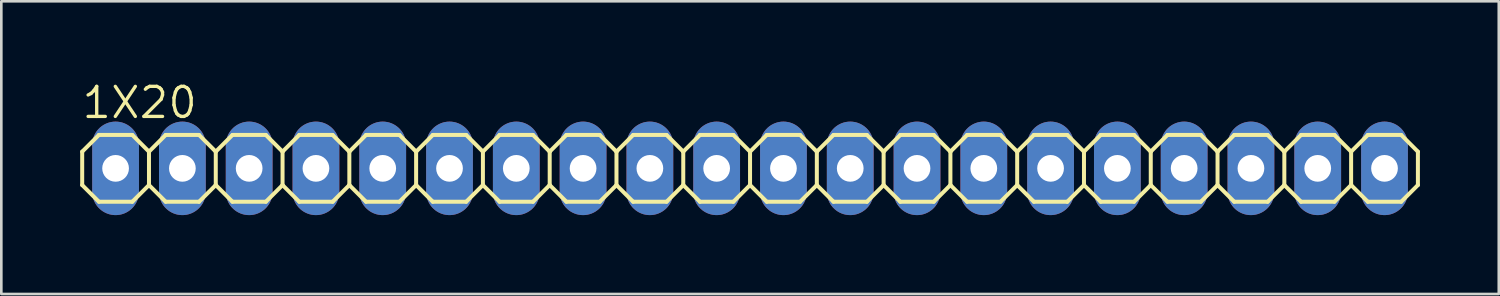
<source format=kicad_pcb>
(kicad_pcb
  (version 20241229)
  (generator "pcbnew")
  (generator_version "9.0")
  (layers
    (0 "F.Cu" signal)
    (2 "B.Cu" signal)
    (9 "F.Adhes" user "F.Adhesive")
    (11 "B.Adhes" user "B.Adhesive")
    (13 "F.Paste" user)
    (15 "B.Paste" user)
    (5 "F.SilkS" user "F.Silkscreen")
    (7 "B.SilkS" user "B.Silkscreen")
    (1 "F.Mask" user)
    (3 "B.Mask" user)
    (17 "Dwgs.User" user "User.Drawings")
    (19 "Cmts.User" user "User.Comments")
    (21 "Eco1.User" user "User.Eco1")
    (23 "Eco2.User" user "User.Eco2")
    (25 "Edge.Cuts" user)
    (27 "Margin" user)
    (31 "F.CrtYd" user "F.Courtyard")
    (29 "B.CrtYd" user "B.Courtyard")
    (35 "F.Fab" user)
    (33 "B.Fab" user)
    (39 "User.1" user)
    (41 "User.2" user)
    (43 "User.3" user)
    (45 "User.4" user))
  (footprint "1X20"
    (layer "F.Cu")
    (at 25.476 3.353)
    (property "Reference" "1X20" (at -25.476 -1.829 0) (layer "F.SilkS") (effects (font (size 1.143 1.143) (thickness 0.127)) (justify left bottom)))
    (fp_line (start -25.4 -0.635) (end -25.4 0.635) (stroke (width 0.152) (type solid)) (layer "F.SilkS"))
    (fp_line (start -25.4 0.635) (end -24.765 1.27) (stroke (width 0.152) (type solid)) (layer "F.SilkS"))
    (fp_line (start -24.765 -1.27) (end -25.4 -0.635) (stroke (width 0.152) (type solid)) (layer "F.SilkS"))
    (fp_line (start -24.765 -1.27) (end -23.495 -1.27) (stroke (width 0.152) (type solid)) (layer "F.SilkS"))
    (fp_line (start -23.495 -1.27) (end -22.86 -0.635) (stroke (width 0.152) (type solid)) (layer "F.SilkS"))
    (fp_line (start -23.495 1.27) (end -24.765 1.27) (stroke (width 0.152) (type solid)) (layer "F.SilkS"))
    (fp_line (start -22.86 -0.635) (end -22.86 0.635) (stroke (width 0.152) (type solid)) (layer "F.SilkS"))
    (fp_line (start -22.86 -0.635) (end -22.225 -1.27) (stroke (width 0.152) (type solid)) (layer "F.SilkS"))
    (fp_line (start -22.86 0.635) (end -23.495 1.27) (stroke (width 0.152) (type solid)) (layer "F.SilkS"))
    (fp_line (start -22.225 -1.27) (end -20.955 -1.27) (stroke (width 0.152) (type solid)) (layer "F.SilkS"))
    (fp_line (start -22.225 1.27) (end -22.86 0.635) (stroke (width 0.152) (type solid)) (layer "F.SilkS"))
    (fp_line (start -20.955 -1.27) (end -20.32 -0.635) (stroke (width 0.152) (type solid)) (layer "F.SilkS"))
    (fp_line (start -20.955 1.27) (end -22.225 1.27) (stroke (width 0.152) (type solid)) (layer "F.SilkS"))
    (fp_line (start -20.32 -0.635) (end -20.32 0.635) (stroke (width 0.152) (type solid)) (layer "F.SilkS"))
    (fp_line (start -20.32 -0.635) (end -19.685 -1.27) (stroke (width 0.152) (type solid)) (layer "F.SilkS"))
    (fp_line (start -20.32 0.635) (end -20.955 1.27) (stroke (width 0.152) (type solid)) (layer "F.SilkS"))
    (fp_line (start -19.685 -1.27) (end -18.415 -1.27) (stroke (width 0.152) (type solid)) (layer "F.SilkS"))
    (fp_line (start -19.685 1.27) (end -20.32 0.635) (stroke (width 0.152) (type solid)) (layer "F.SilkS"))
    (fp_line (start -18.415 -1.27) (end -17.78 -0.635) (stroke (width 0.152) (type solid)) (layer "F.SilkS"))
    (fp_line (start -18.415 1.27) (end -19.685 1.27) (stroke (width 0.152) (type solid)) (layer "F.SilkS"))
    (fp_line (start -17.78 -0.635) (end -17.78 0.635) (stroke (width 0.152) (type solid)) (layer "F.SilkS"))
    (fp_line (start -17.78 0.635) (end -18.415 1.27) (stroke (width 0.152) (type solid)) (layer "F.SilkS"))
    (fp_line (start -17.78 0.635) (end -17.145 1.27) (stroke (width 0.152) (type solid)) (layer "F.SilkS"))
    (fp_line (start -17.145 -1.27) (end -17.78 -0.635) (stroke (width 0.152) (type solid)) (layer "F.SilkS"))
    (fp_line (start -17.145 -1.27) (end -15.875 -1.27) (stroke (width 0.152) (type solid)) (layer "F.SilkS"))
    (fp_line (start -15.875 -1.27) (end -15.24 -0.635) (stroke (width 0.152) (type solid)) (layer "F.SilkS"))
    (fp_line (start -15.875 1.27) (end -17.145 1.27) (stroke (width 0.152) (type solid)) (layer "F.SilkS"))
    (fp_line (start -15.24 -0.635) (end -15.24 0.635) (stroke (width 0.152) (type solid)) (layer "F.SilkS"))
    (fp_line (start -15.24 -0.635) (end -14.605 -1.27) (stroke (width 0.152) (type solid)) (layer "F.SilkS"))
    (fp_line (start -15.24 0.635) (end -15.875 1.27) (stroke (width 0.152) (type solid)) (layer "F.SilkS"))
    (fp_line (start -14.605 -1.27) (end -13.335 -1.27) (stroke (width 0.152) (type solid)) (layer "F.SilkS"))
    (fp_line (start -14.605 1.27) (end -15.24 0.635) (stroke (width 0.152) (type solid)) (layer "F.SilkS"))
    (fp_line (start -13.335 -1.27) (end -12.7 -0.635) (stroke (width 0.152) (type solid)) (layer "F.SilkS"))
    (fp_line (start -13.335 1.27) (end -14.605 1.27) (stroke (width 0.152) (type solid)) (layer "F.SilkS"))
    (fp_line (start -12.7 -0.635) (end -12.7 0.635) (stroke (width 0.152) (type solid)) (layer "F.SilkS"))
    (fp_line (start -12.7 -0.635) (end -12.065 -1.27) (stroke (width 0.152) (type solid)) (layer "F.SilkS"))
    (fp_line (start -12.7 0.635) (end -13.335 1.27) (stroke (width 0.152) (type solid)) (layer "F.SilkS"))
    (fp_line (start -12.065 -1.27) (end -10.795 -1.27) (stroke (width 0.152) (type solid)) (layer "F.SilkS"))
    (fp_line (start -12.065 1.27) (end -12.7 0.635) (stroke (width 0.152) (type solid)) (layer "F.SilkS"))
    (fp_line (start -10.795 -1.27) (end -10.16 -0.635) (stroke (width 0.152) (type solid)) (layer "F.SilkS"))
    (fp_line (start -10.795 1.27) (end -12.065 1.27) (stroke (width 0.152) (type solid)) (layer "F.SilkS"))
    (fp_line (start -10.16 -0.635) (end -10.16 0.635) (stroke (width 0.152) (type solid)) (layer "F.SilkS"))
    (fp_line (start -10.16 0.635) (end -10.795 1.27) (stroke (width 0.152) (type solid)) (layer "F.SilkS"))
    (fp_line (start -10.16 0.635) (end -9.525 1.27) (stroke (width 0.152) (type solid)) (layer "F.SilkS"))
    (fp_line (start -9.525 -1.27) (end -10.16 -0.635) (stroke (width 0.152) (type solid)) (layer "F.SilkS"))
    (fp_line (start -9.525 -1.27) (end -8.255 -1.27) (stroke (width 0.152) (type solid)) (layer "F.SilkS"))
    (fp_line (start -8.255 -1.27) (end -7.62 -0.635) (stroke (width 0.152) (type solid)) (layer "F.SilkS"))
    (fp_line (start -8.255 1.27) (end -9.525 1.27) (stroke (width 0.152) (type solid)) (layer "F.SilkS"))
    (fp_line (start -7.62 -0.635) (end -7.62 0.635) (stroke (width 0.152) (type solid)) (layer "F.SilkS"))
    (fp_line (start -7.62 -0.635) (end -6.985 -1.27) (stroke (width 0.152) (type solid)) (layer "F.SilkS"))
    (fp_line (start -7.62 0.635) (end -8.255 1.27) (stroke (width 0.152) (type solid)) (layer "F.SilkS"))
    (fp_line (start -6.985 -1.27) (end -5.715 -1.27) (stroke (width 0.152) (type solid)) (layer "F.SilkS"))
    (fp_line (start -6.985 1.27) (end -7.62 0.635) (stroke (width 0.152) (type solid)) (layer "F.SilkS"))
    (fp_line (start -5.715 -1.27) (end -5.08 -0.635) (stroke (width 0.152) (type solid)) (layer "F.SilkS"))
    (fp_line (start -5.715 1.27) (end -6.985 1.27) (stroke (width 0.152) (type solid)) (layer "F.SilkS"))
    (fp_line (start -5.08 -0.635) (end -5.08 0.635) (stroke (width 0.152) (type solid)) (layer "F.SilkS"))
    (fp_line (start -5.08 -0.635) (end -4.445 -1.27) (stroke (width 0.152) (type solid)) (layer "F.SilkS"))
    (fp_line (start -5.08 0.635) (end -5.715 1.27) (stroke (width 0.152) (type solid)) (layer "F.SilkS"))
    (fp_line (start -4.445 -1.27) (end -3.175 -1.27) (stroke (width 0.152) (type solid)) (layer "F.SilkS"))
    (fp_line (start -4.445 1.27) (end -5.08 0.635) (stroke (width 0.152) (type solid)) (layer "F.SilkS"))
    (fp_line (start -3.175 -1.27) (end -2.54 -0.635) (stroke (width 0.152) (type solid)) (layer "F.SilkS"))
    (fp_line (start -3.175 1.27) (end -4.445 1.27) (stroke (width 0.152) (type solid)) (layer "F.SilkS"))
    (fp_line (start -2.54 -0.635) (end -2.54 0.635) (stroke (width 0.152) (type solid)) (layer "F.SilkS"))
    (fp_line (start -2.54 0.635) (end -3.175 1.27) (stroke (width 0.152) (type solid)) (layer "F.SilkS"))
    (fp_line (start -2.54 0.635) (end -1.905 1.27) (stroke (width 0.152) (type solid)) (layer "F.SilkS"))
    (fp_line (start -1.905 -1.27) (end -2.54 -0.635) (stroke (width 0.152) (type solid)) (layer "F.SilkS"))
    (fp_line (start -1.905 -1.27) (end -0.635 -1.27) (stroke (width 0.152) (type solid)) (layer "F.SilkS"))
    (fp_line (start -0.635 -1.27) (end 0 -0.635) (stroke (width 0.152) (type solid)) (layer "F.SilkS"))
    (fp_line (start -0.635 1.27) (end -1.905 1.27) (stroke (width 0.152) (type solid)) (layer "F.SilkS"))
    (fp_line (start 0 -0.635) (end 0 0.635) (stroke (width 0.152) (type solid)) (layer "F.SilkS"))
    (fp_line (start 0 -0.635) (end 0.635 -1.27) (stroke (width 0.152) (type solid)) (layer "F.SilkS"))
    (fp_line (start 0 0.635) (end -0.635 1.27) (stroke (width 0.152) (type solid)) (layer "F.SilkS"))
    (fp_line (start 0.635 -1.27) (end 1.905 -1.27) (stroke (width 0.152) (type solid)) (layer "F.SilkS"))
    (fp_line (start 0.635 1.27) (end 0 0.635) (stroke (width 0.152) (type solid)) (layer "F.SilkS"))
    (fp_line (start 1.905 -1.27) (end 2.54 -0.635) (stroke (width 0.152) (type solid)) (layer "F.SilkS"))
    (fp_line (start 1.905 1.27) (end 0.635 1.27) (stroke (width 0.152) (type solid)) (layer "F.SilkS"))
    (fp_line (start 2.54 -0.635) (end 2.54 0.635) (stroke (width 0.152) (type solid)) (layer "F.SilkS"))
    (fp_line (start 2.54 -0.635) (end 3.175 -1.27) (stroke (width 0.152) (type solid)) (layer "F.SilkS"))
    (fp_line (start 2.54 0.635) (end 1.905 1.27) (stroke (width 0.152) (type solid)) (layer "F.SilkS"))
    (fp_line (start 3.175 -1.27) (end 4.445 -1.27) (stroke (width 0.152) (type solid)) (layer "F.SilkS"))
    (fp_line (start 3.175 1.27) (end 2.54 0.635) (stroke (width 0.152) (type solid)) (layer "F.SilkS"))
    (fp_line (start 4.445 -1.27) (end 5.08 -0.635) (stroke (width 0.152) (type solid)) (layer "F.SilkS"))
    (fp_line (start 4.445 1.27) (end 3.175 1.27) (stroke (width 0.152) (type solid)) (layer "F.SilkS"))
    (fp_line (start 5.08 -0.635) (end 5.08 0.635) (stroke (width 0.152) (type solid)) (layer "F.SilkS"))
    (fp_line (start 5.08 0.635) (end 4.445 1.27) (stroke (width 0.152) (type solid)) (layer "F.SilkS"))
    (fp_line (start 5.08 0.635) (end 5.715 1.27) (stroke (width 0.152) (type solid)) (layer "F.SilkS"))
    (fp_line (start 5.715 -1.27) (end 5.08 -0.635) (stroke (width 0.152) (type solid)) (layer "F.SilkS"))
    (fp_line (start 5.715 -1.27) (end 6.985 -1.27) (stroke (width 0.152) (type solid)) (layer "F.SilkS"))
    (fp_line (start 6.985 -1.27) (end 7.62 -0.635) (stroke (width 0.152) (type solid)) (layer "F.SilkS"))
    (fp_line (start 6.985 1.27) (end 5.715 1.27) (stroke (width 0.152) (type solid)) (layer "F.SilkS"))
    (fp_line (start 7.62 -0.635) (end 7.62 0.635) (stroke (width 0.152) (type solid)) (layer "F.SilkS"))
    (fp_line (start 7.62 -0.635) (end 8.255 -1.27) (stroke (width 0.152) (type solid)) (layer "F.SilkS"))
    (fp_line (start 7.62 0.635) (end 6.985 1.27) (stroke (width 0.152) (type solid)) (layer "F.SilkS"))
    (fp_line (start 8.255 -1.27) (end 9.525 -1.27) (stroke (width 0.152) (type solid)) (layer "F.SilkS"))
    (fp_line (start 8.255 1.27) (end 7.62 0.635) (stroke (width 0.152) (type solid)) (layer "F.SilkS"))
    (fp_line (start 9.525 -1.27) (end 10.16 -0.635) (stroke (width 0.152) (type solid)) (layer "F.SilkS"))
    (fp_line (start 9.525 1.27) (end 8.255 1.27) (stroke (width 0.152) (type solid)) (layer "F.SilkS"))
    (fp_line (start 10.16 -0.635) (end 10.16 0.635) (stroke (width 0.152) (type solid)) (layer "F.SilkS"))
    (fp_line (start 10.16 -0.635) (end 10.795 -1.27) (stroke (width 0.152) (type solid)) (layer "F.SilkS"))
    (fp_line (start 10.16 0.635) (end 9.525 1.27) (stroke (width 0.152) (type solid)) (layer "F.SilkS"))
    (fp_line (start 10.795 -1.27) (end 12.065 -1.27) (stroke (width 0.152) (type solid)) (layer "F.SilkS"))
    (fp_line (start 10.795 1.27) (end 10.16 0.635) (stroke (width 0.152) (type solid)) (layer "F.SilkS"))
    (fp_line (start 12.065 -1.27) (end 12.7 -0.635) (stroke (width 0.152) (type solid)) (layer "F.SilkS"))
    (fp_line (start 12.065 1.27) (end 10.795 1.27) (stroke (width 0.152) (type solid)) (layer "F.SilkS"))
    (fp_line (start 12.7 -0.635) (end 12.7 0.635) (stroke (width 0.152) (type solid)) (layer "F.SilkS"))
    (fp_line (start 12.7 0.635) (end 12.065 1.27) (stroke (width 0.152) (type solid)) (layer "F.SilkS"))
    (fp_line (start 12.7 0.635) (end 13.335 1.27) (stroke (width 0.152) (type solid)) (layer "F.SilkS"))
    (fp_line (start 13.335 -1.27) (end 12.7 -0.635) (stroke (width 0.152) (type solid)) (layer "F.SilkS"))
    (fp_line (start 13.335 -1.27) (end 14.605 -1.27) (stroke (width 0.152) (type solid)) (layer "F.SilkS"))
    (fp_line (start 14.605 -1.27) (end 15.24 -0.635) (stroke (width 0.152) (type solid)) (layer "F.SilkS"))
    (fp_line (start 14.605 1.27) (end 13.335 1.27) (stroke (width 0.152) (type solid)) (layer "F.SilkS"))
    (fp_line (start 15.24 -0.635) (end 15.24 0.635) (stroke (width 0.152) (type solid)) (layer "F.SilkS"))
    (fp_line (start 15.24 -0.635) (end 15.875 -1.27) (stroke (width 0.152) (type solid)) (layer "F.SilkS"))
    (fp_line (start 15.24 0.635) (end 14.605 1.27) (stroke (width 0.152) (type solid)) (layer "F.SilkS"))
    (fp_line (start 15.875 -1.27) (end 17.145 -1.27) (stroke (width 0.152) (type solid)) (layer "F.SilkS"))
    (fp_line (start 15.875 1.27) (end 15.24 0.635) (stroke (width 0.152) (type solid)) (layer "F.SilkS"))
    (fp_line (start 17.145 -1.27) (end 17.78 -0.635) (stroke (width 0.152) (type solid)) (layer "F.SilkS"))
    (fp_line (start 17.145 1.27) (end 15.875 1.27) (stroke (width 0.152) (type solid)) (layer "F.SilkS"))
    (fp_line (start 17.78 -0.635) (end 17.78 0.635) (stroke (width 0.152) (type solid)) (layer "F.SilkS"))
    (fp_line (start 17.78 -0.635) (end 18.415 -1.27) (stroke (width 0.152) (type solid)) (layer "F.SilkS"))
    (fp_line (start 17.78 0.635) (end 17.145 1.27) (stroke (width 0.152) (type solid)) (layer "F.SilkS"))
    (fp_line (start 18.415 -1.27) (end 19.685 -1.27) (stroke (width 0.152) (type solid)) (layer "F.SilkS"))
    (fp_line (start 18.415 1.27) (end 17.78 0.635) (stroke (width 0.152) (type solid)) (layer "F.SilkS"))
    (fp_line (start 19.685 -1.27) (end 20.32 -0.635) (stroke (width 0.152) (type solid)) (layer "F.SilkS"))
    (fp_line (start 19.685 1.27) (end 18.415 1.27) (stroke (width 0.152) (type solid)) (layer "F.SilkS"))
    (fp_line (start 20.32 -0.635) (end 20.32 0.635) (stroke (width 0.152) (type solid)) (layer "F.SilkS"))
    (fp_line (start 20.32 0.635) (end 19.685 1.27) (stroke (width 0.152) (type solid)) (layer "F.SilkS"))
    (fp_line (start 20.32 0.635) (end 20.955 1.27) (stroke (width 0.152) (type solid)) (layer "F.SilkS"))
    (fp_line (start 20.955 -1.27) (end 20.32 -0.635) (stroke (width 0.152) (type solid)) (layer "F.SilkS"))
    (fp_line (start 20.955 -1.27) (end 22.225 -1.27) (stroke (width 0.152) (type solid)) (layer "F.SilkS"))
    (fp_line (start 22.225 -1.27) (end 22.86 -0.635) (stroke (width 0.152) (type solid)) (layer "F.SilkS"))
    (fp_line (start 22.225 1.27) (end 20.955 1.27) (stroke (width 0.152) (type solid)) (layer "F.SilkS"))
    (fp_line (start 22.86 -0.635) (end 22.86 0.635) (stroke (width 0.152) (type solid)) (layer "F.SilkS"))
    (fp_line (start 22.86 0.635) (end 22.225 1.27) (stroke (width 0.152) (type solid)) (layer "F.SilkS"))
    (fp_line (start 22.86 0.635) (end 23.495 1.27) (stroke (width 0.152) (type solid)) (layer "F.SilkS"))
    (fp_line (start 23.495 -1.27) (end 22.86 -0.635) (stroke (width 0.152) (type solid)) (layer "F.SilkS"))
    (fp_line (start 23.495 -1.27) (end 24.765 -1.27) (stroke (width 0.152) (type solid)) (layer "F.SilkS"))
    (fp_line (start 24.765 -1.27) (end 25.4 -0.635) (stroke (width 0.152) (type solid)) (layer "F.SilkS"))
    (fp_line (start 24.765 1.27) (end 23.495 1.27) (stroke (width 0.152) (type solid)) (layer "F.SilkS"))
    (fp_line (start 25.4 -0.635) (end 25.4 0.635) (stroke (width 0.152) (type solid)) (layer "F.SilkS"))
    (fp_line (start 25.4 0.635) (end 24.765 1.27) (stroke (width 0.152) (type solid)) (layer "F.SilkS"))
    (fp_poly (pts (xy -24.384 0.254) (xy -23.876 0.254) (xy -23.876 -0.254) (xy -24.384 -0.254)) (stroke (width 0.1) (type solid)) (fill no) (layer "F.Fab"))
    (fp_poly (pts (xy -21.844 0.254) (xy -21.336 0.254) (xy -21.336 -0.254) (xy -21.844 -0.254)) (stroke (width 0.1) (type solid)) (fill no) (layer "F.Fab"))
    (fp_poly (pts (xy -19.304 0.254) (xy -18.796 0.254) (xy -18.796 -0.254) (xy -19.304 -0.254)) (stroke (width 0.1) (type solid)) (fill no) (layer "F.Fab"))
    (fp_poly (pts (xy -16.764 0.254) (xy -16.256 0.254) (xy -16.256 -0.254) (xy -16.764 -0.254)) (stroke (width 0.1) (type solid)) (fill no) (layer "F.Fab"))
    (fp_poly (pts (xy -14.224 0.254) (xy -13.716 0.254) (xy -13.716 -0.254) (xy -14.224 -0.254)) (stroke (width 0.1) (type solid)) (fill no) (layer "F.Fab"))
    (fp_poly (pts (xy -11.684 0.254) (xy -11.176 0.254) (xy -11.176 -0.254) (xy -11.684 -0.254)) (stroke (width 0.1) (type solid)) (fill no) (layer "F.Fab"))
    (fp_poly (pts (xy -9.144 0.254) (xy -8.636 0.254) (xy -8.636 -0.254) (xy -9.144 -0.254)) (stroke (width 0.1) (type solid)) (fill no) (layer "F.Fab"))
    (fp_poly (pts (xy -6.604 0.254) (xy -6.096 0.254) (xy -6.096 -0.254) (xy -6.604 -0.254)) (stroke (width 0.1) (type solid)) (fill no) (layer "F.Fab"))
    (fp_poly (pts (xy -4.064 0.254) (xy -3.556 0.254) (xy -3.556 -0.254) (xy -4.064 -0.254)) (stroke (width 0.1) (type solid)) (fill no) (layer "F.Fab"))
    (fp_poly (pts (xy -1.524 0.254) (xy -1.016 0.254) (xy -1.016 -0.254) (xy -1.524 -0.254)) (stroke (width 0.1) (type solid)) (fill no) (layer "F.Fab"))
    (fp_poly (pts (xy 1.016 0.254) (xy 1.524 0.254) (xy 1.524 -0.254) (xy 1.016 -0.254)) (stroke (width 0.1) (type solid)) (fill no) (layer "F.Fab"))
    (fp_poly (pts (xy 3.556 0.254) (xy 4.064 0.254) (xy 4.064 -0.254) (xy 3.556 -0.254)) (stroke (width 0.1) (type solid)) (fill no) (layer "F.Fab"))
    (fp_poly (pts (xy 6.096 0.254) (xy 6.604 0.254) (xy 6.604 -0.254) (xy 6.096 -0.254)) (stroke (width 0.1) (type solid)) (fill no) (layer "F.Fab"))
    (fp_poly (pts (xy 8.636 0.254) (xy 9.144 0.254) (xy 9.144 -0.254) (xy 8.636 -0.254)) (stroke (width 0.1) (type solid)) (fill no) (layer "F.Fab"))
    (fp_poly (pts (xy 11.176 0.254) (xy 11.684 0.254) (xy 11.684 -0.254) (xy 11.176 -0.254)) (stroke (width 0.1) (type solid)) (fill no) (layer "F.Fab"))
    (fp_poly (pts (xy 13.716 0.254) (xy 14.224 0.254) (xy 14.224 -0.254) (xy 13.716 -0.254)) (stroke (width 0.1) (type solid)) (fill no) (layer "F.Fab"))
    (fp_poly (pts (xy 16.256 0.254) (xy 16.764 0.254) (xy 16.764 -0.254) (xy 16.256 -0.254)) (stroke (width 0.1) (type solid)) (fill no) (layer "F.Fab"))
    (fp_poly (pts (xy 18.796 0.254) (xy 19.304 0.254) (xy 19.304 -0.254) (xy 18.796 -0.254)) (stroke (width 0.1) (type solid)) (fill no) (layer "F.Fab"))
    (fp_poly (pts (xy 21.336 0.254) (xy 21.844 0.254) (xy 21.844 -0.254) (xy 21.336 -0.254)) (stroke (width 0.1) (type solid)) (fill no) (layer "F.Fab"))
    (fp_poly (pts (xy 23.876 0.254) (xy 24.384 0.254) (xy 24.384 -0.254) (xy 23.876 -0.254)) (stroke (width 0.1) (type solid)) (fill no) (layer "F.Fab"))
    (pad "1" thru_hole oval (at -24.13 0 90) (size 3.556 1.778) (drill 1.016) (layers "*.Cu" "*.Mask"))
    (pad "2" thru_hole oval (at -21.59 0 90) (size 3.556 1.778) (drill 1.016) (layers "*.Cu" "*.Mask"))
    (pad "3" thru_hole oval (at -19.05 0 90) (size 3.556 1.778) (drill 1.016) (layers "*.Cu" "*.Mask"))
    (pad "4" thru_hole oval (at -16.51 0 90) (size 3.556 1.778) (drill 1.016) (layers "*.Cu" "*.Mask"))
    (pad "5" thru_hole oval (at -13.97 0 90) (size 3.556 1.778) (drill 1.016) (layers "*.Cu" "*.Mask"))
    (pad "6" thru_hole oval (at -11.43 0 90) (size 3.556 1.778) (drill 1.016) (layers "*.Cu" "*.Mask"))
    (pad "7" thru_hole oval (at -8.89 0 90) (size 3.556 1.778) (drill 1.016) (layers "*.Cu" "*.Mask"))
    (pad "8" thru_hole oval (at -6.35 0 90) (size 3.556 1.778) (drill 1.016) (layers "*.Cu" "*.Mask"))
    (pad "9" thru_hole oval (at -3.81 0 90) (size 3.556 1.778) (drill 1.016) (layers "*.Cu" "*.Mask"))
    (pad "10" thru_hole oval (at -1.27 0 90) (size 3.556 1.778) (drill 1.016) (layers "*.Cu" "*.Mask"))
    (pad "11" thru_hole oval (at 1.27 0 90) (size 3.556 1.778) (drill 1.016) (layers "*.Cu" "*.Mask"))
    (pad "12" thru_hole oval (at 3.81 0 90) (size 3.556 1.778) (drill 1.016) (layers "*.Cu" "*.Mask"))
    (pad "13" thru_hole oval (at 6.35 0 90) (size 3.556 1.778) (drill 1.016) (layers "*.Cu" "*.Mask"))
    (pad "14" thru_hole oval (at 8.89 0 90) (size 3.556 1.778) (drill 1.016) (layers "*.Cu" "*.Mask"))
    (pad "15" thru_hole oval (at 11.43 0 90) (size 3.556 1.778) (drill 1.016) (layers "*.Cu" "*.Mask"))
    (pad "16" thru_hole oval (at 13.97 0 90) (size 3.556 1.778) (drill 1.016) (layers "*.Cu" "*.Mask"))
    (pad "17" thru_hole oval (at 16.51 0 90) (size 3.556 1.778) (drill 1.016) (layers "*.Cu" "*.Mask"))
    (pad "18" thru_hole oval (at 19.05 0 90) (size 3.556 1.778) (drill 1.016) (layers "*.Cu" "*.Mask"))
    (pad "19" thru_hole oval (at 21.59 0 90) (size 3.556 1.778) (drill 1.016) (layers "*.Cu" "*.Mask"))
    (pad "20" thru_hole oval (at 24.13 0 90) (size 3.556 1.778) (drill 1.016) (layers "*.Cu" "*.Mask")))
  (gr_rect
    (start -3 -3)
    (end 53.952 8.131)
    (stroke (width 0.1) (type default))
    (fill no)
    (layer "Edge.Cuts")))
</source>
